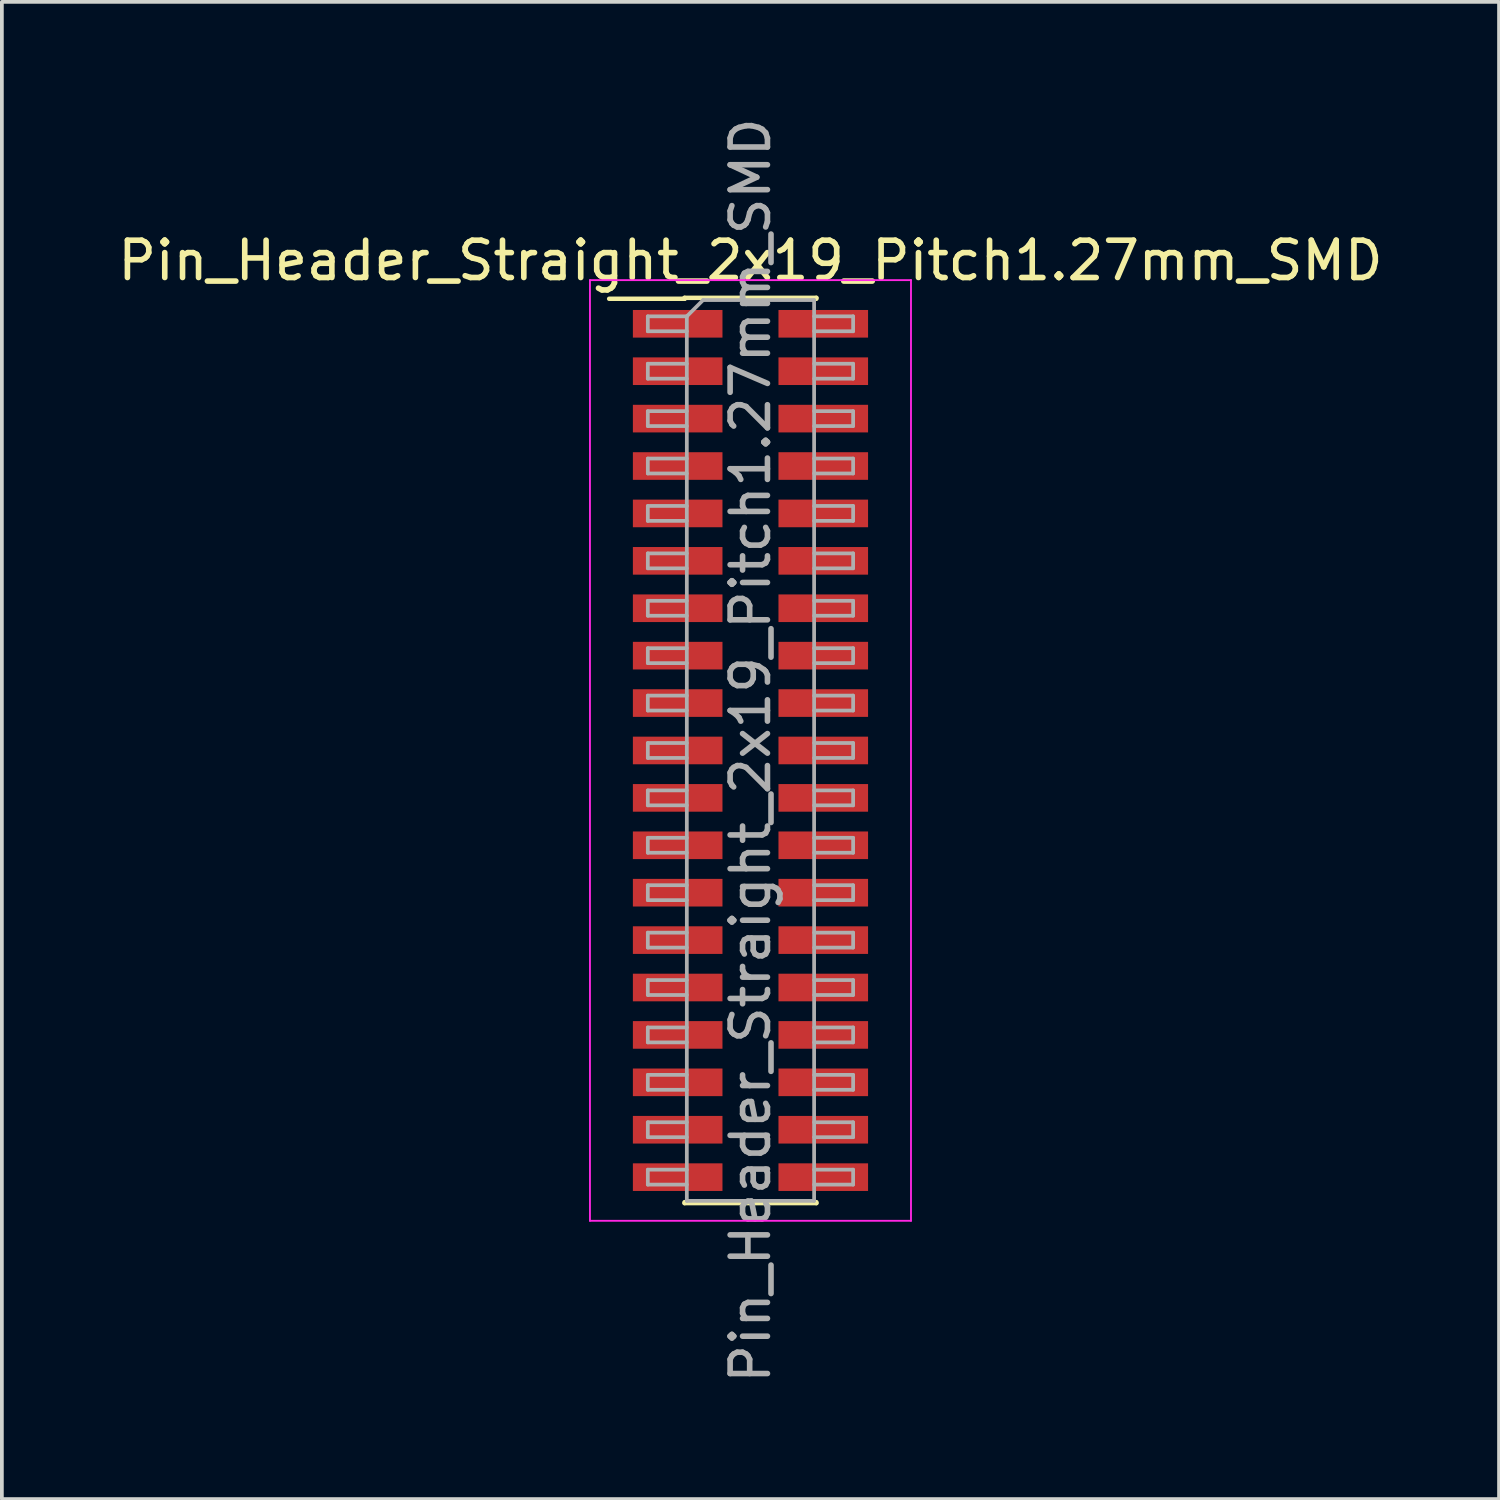
<source format=kicad_pcb>
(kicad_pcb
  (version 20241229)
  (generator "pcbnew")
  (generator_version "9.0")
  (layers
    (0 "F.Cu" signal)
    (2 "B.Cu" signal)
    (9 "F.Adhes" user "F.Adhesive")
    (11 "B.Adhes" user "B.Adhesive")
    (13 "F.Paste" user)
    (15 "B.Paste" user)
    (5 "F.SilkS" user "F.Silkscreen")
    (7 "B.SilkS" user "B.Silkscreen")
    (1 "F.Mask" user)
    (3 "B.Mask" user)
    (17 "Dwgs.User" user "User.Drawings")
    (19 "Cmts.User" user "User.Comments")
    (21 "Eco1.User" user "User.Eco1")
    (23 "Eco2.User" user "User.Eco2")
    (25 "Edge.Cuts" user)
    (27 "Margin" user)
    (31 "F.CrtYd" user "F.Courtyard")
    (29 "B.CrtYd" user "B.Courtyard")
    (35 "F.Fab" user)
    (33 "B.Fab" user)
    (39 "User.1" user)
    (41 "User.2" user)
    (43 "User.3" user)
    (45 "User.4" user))
  (footprint "Pin_Header_Straight_2x19_Pitch1.27mm_SMD"
    (layer "F.Cu")
    (at 17.054 17.054)
    (property "Reference" "Pin_Header_Straight_2x19_Pitch1.27mm_SMD" (at 0 -13.125 0) (layer "F.SilkS") (effects (font (size 1 1) (thickness 0.15))))
    (attr smd)
    (fp_line (start -3.785 -12.1) (end -1.765 -12.1) (stroke (width 0.12) (type solid)) (layer "F.SilkS"))
    (fp_line (start -1.765 -12.125) (end 1.765 -12.125) (stroke (width 0.12) (type solid)) (layer "F.SilkS"))
    (fp_line (start -1.765 -12.1) (end -1.765 -12.125) (stroke (width 0.12) (type solid)) (layer "F.SilkS"))
    (fp_line (start -1.765 12.1) (end -1.765 12.125) (stroke (width 0.12) (type solid)) (layer "F.SilkS"))
    (fp_line (start -1.765 12.125) (end 1.765 12.125) (stroke (width 0.12) (type solid)) (layer "F.SilkS"))
    (fp_line (start 1.765 -12.125) (end 1.765 -12.1) (stroke (width 0.12) (type solid)) (layer "F.SilkS"))
    (fp_line (start 1.765 12.125) (end 1.765 12.1) (stroke (width 0.12) (type solid)) (layer "F.SilkS"))
    (fp_line (start -4.3 -12.6) (end -4.3 12.6) (stroke (width 0.05) (type solid)) (layer "F.CrtYd"))
    (fp_line (start -4.3 12.6) (end 4.3 12.6) (stroke (width 0.05) (type solid)) (layer "F.CrtYd"))
    (fp_line (start 4.3 -12.6) (end -4.3 -12.6) (stroke (width 0.05) (type solid)) (layer "F.CrtYd"))
    (fp_line (start 4.3 12.6) (end 4.3 -12.6) (stroke (width 0.05) (type solid)) (layer "F.CrtYd"))
    (fp_line (start -2.75 -11.63) (end -2.75 -11.23) (stroke (width 0.1) (type solid)) (layer "F.Fab"))
    (fp_line (start -2.75 -11.23) (end -1.705 -11.23) (stroke (width 0.1) (type solid)) (layer "F.Fab"))
    (fp_line (start -2.75 -10.36) (end -2.75 -9.96) (stroke (width 0.1) (type solid)) (layer "F.Fab"))
    (fp_line (start -2.75 -9.96) (end -1.705 -9.96) (stroke (width 0.1) (type solid)) (layer "F.Fab"))
    (fp_line (start -2.75 -9.09) (end -2.75 -8.69) (stroke (width 0.1) (type solid)) (layer "F.Fab"))
    (fp_line (start -2.75 -8.69) (end -1.705 -8.69) (stroke (width 0.1) (type solid)) (layer "F.Fab"))
    (fp_line (start -2.75 -7.82) (end -2.75 -7.42) (stroke (width 0.1) (type solid)) (layer "F.Fab"))
    (fp_line (start -2.75 -7.42) (end -1.705 -7.42) (stroke (width 0.1) (type solid)) (layer "F.Fab"))
    (fp_line (start -2.75 -6.55) (end -2.75 -6.15) (stroke (width 0.1) (type solid)) (layer "F.Fab"))
    (fp_line (start -2.75 -6.15) (end -1.705 -6.15) (stroke (width 0.1) (type solid)) (layer "F.Fab"))
    (fp_line (start -2.75 -5.28) (end -2.75 -4.88) (stroke (width 0.1) (type solid)) (layer "F.Fab"))
    (fp_line (start -2.75 -4.88) (end -1.705 -4.88) (stroke (width 0.1) (type solid)) (layer "F.Fab"))
    (fp_line (start -2.75 -4.01) (end -2.75 -3.61) (stroke (width 0.1) (type solid)) (layer "F.Fab"))
    (fp_line (start -2.75 -3.61) (end -1.705 -3.61) (stroke (width 0.1) (type solid)) (layer "F.Fab"))
    (fp_line (start -2.75 -2.74) (end -2.75 -2.34) (stroke (width 0.1) (type solid)) (layer "F.Fab"))
    (fp_line (start -2.75 -2.34) (end -1.705 -2.34) (stroke (width 0.1) (type solid)) (layer "F.Fab"))
    (fp_line (start -2.75 -1.47) (end -2.75 -1.07) (stroke (width 0.1) (type solid)) (layer "F.Fab"))
    (fp_line (start -2.75 -1.07) (end -1.705 -1.07) (stroke (width 0.1) (type solid)) (layer "F.Fab"))
    (fp_line (start -2.75 -0.2) (end -2.75 0.2) (stroke (width 0.1) (type solid)) (layer "F.Fab"))
    (fp_line (start -2.75 0.2) (end -1.705 0.2) (stroke (width 0.1) (type solid)) (layer "F.Fab"))
    (fp_line (start -2.75 1.07) (end -2.75 1.47) (stroke (width 0.1) (type solid)) (layer "F.Fab"))
    (fp_line (start -2.75 1.47) (end -1.705 1.47) (stroke (width 0.1) (type solid)) (layer "F.Fab"))
    (fp_line (start -2.75 2.34) (end -2.75 2.74) (stroke (width 0.1) (type solid)) (layer "F.Fab"))
    (fp_line (start -2.75 2.74) (end -1.705 2.74) (stroke (width 0.1) (type solid)) (layer "F.Fab"))
    (fp_line (start -2.75 3.61) (end -2.75 4.01) (stroke (width 0.1) (type solid)) (layer "F.Fab"))
    (fp_line (start -2.75 4.01) (end -1.705 4.01) (stroke (width 0.1) (type solid)) (layer "F.Fab"))
    (fp_line (start -2.75 4.88) (end -2.75 5.28) (stroke (width 0.1) (type solid)) (layer "F.Fab"))
    (fp_line (start -2.75 5.28) (end -1.705 5.28) (stroke (width 0.1) (type solid)) (layer "F.Fab"))
    (fp_line (start -2.75 6.15) (end -2.75 6.55) (stroke (width 0.1) (type solid)) (layer "F.Fab"))
    (fp_line (start -2.75 6.55) (end -1.705 6.55) (stroke (width 0.1) (type solid)) (layer "F.Fab"))
    (fp_line (start -2.75 7.42) (end -2.75 7.82) (stroke (width 0.1) (type solid)) (layer "F.Fab"))
    (fp_line (start -2.75 7.82) (end -1.705 7.82) (stroke (width 0.1) (type solid)) (layer "F.Fab"))
    (fp_line (start -2.75 8.69) (end -2.75 9.09) (stroke (width 0.1) (type solid)) (layer "F.Fab"))
    (fp_line (start -2.75 9.09) (end -1.705 9.09) (stroke (width 0.1) (type solid)) (layer "F.Fab"))
    (fp_line (start -2.75 9.96) (end -2.75 10.36) (stroke (width 0.1) (type solid)) (layer "F.Fab"))
    (fp_line (start -2.75 10.36) (end -1.705 10.36) (stroke (width 0.1) (type solid)) (layer "F.Fab"))
    (fp_line (start -2.75 11.23) (end -2.75 11.63) (stroke (width 0.1) (type solid)) (layer "F.Fab"))
    (fp_line (start -2.75 11.63) (end -1.705 11.63) (stroke (width 0.1) (type solid)) (layer "F.Fab"))
    (fp_line (start -1.705 -11.63) (end -2.75 -11.63) (stroke (width 0.1) (type solid)) (layer "F.Fab"))
    (fp_line (start -1.705 -11.63) (end -1.27 -12.065) (stroke (width 0.1) (type solid)) (layer "F.Fab"))
    (fp_line (start -1.705 -10.36) (end -2.75 -10.36) (stroke (width 0.1) (type solid)) (layer "F.Fab"))
    (fp_line (start -1.705 -9.09) (end -2.75 -9.09) (stroke (width 0.1) (type solid)) (layer "F.Fab"))
    (fp_line (start -1.705 -7.82) (end -2.75 -7.82) (stroke (width 0.1) (type solid)) (layer "F.Fab"))
    (fp_line (start -1.705 -6.55) (end -2.75 -6.55) (stroke (width 0.1) (type solid)) (layer "F.Fab"))
    (fp_line (start -1.705 -5.28) (end -2.75 -5.28) (stroke (width 0.1) (type solid)) (layer "F.Fab"))
    (fp_line (start -1.705 -4.01) (end -2.75 -4.01) (stroke (width 0.1) (type solid)) (layer "F.Fab"))
    (fp_line (start -1.705 -2.74) (end -2.75 -2.74) (stroke (width 0.1) (type solid)) (layer "F.Fab"))
    (fp_line (start -1.705 -1.47) (end -2.75 -1.47) (stroke (width 0.1) (type solid)) (layer "F.Fab"))
    (fp_line (start -1.705 -0.2) (end -2.75 -0.2) (stroke (width 0.1) (type solid)) (layer "F.Fab"))
    (fp_line (start -1.705 1.07) (end -2.75 1.07) (stroke (width 0.1) (type solid)) (layer "F.Fab"))
    (fp_line (start -1.705 2.34) (end -2.75 2.34) (stroke (width 0.1) (type solid)) (layer "F.Fab"))
    (fp_line (start -1.705 3.61) (end -2.75 3.61) (stroke (width 0.1) (type solid)) (layer "F.Fab"))
    (fp_line (start -1.705 4.88) (end -2.75 4.88) (stroke (width 0.1) (type solid)) (layer "F.Fab"))
    (fp_line (start -1.705 6.15) (end -2.75 6.15) (stroke (width 0.1) (type solid)) (layer "F.Fab"))
    (fp_line (start -1.705 7.42) (end -2.75 7.42) (stroke (width 0.1) (type solid)) (layer "F.Fab"))
    (fp_line (start -1.705 8.69) (end -2.75 8.69) (stroke (width 0.1) (type solid)) (layer "F.Fab"))
    (fp_line (start -1.705 9.96) (end -2.75 9.96) (stroke (width 0.1) (type solid)) (layer "F.Fab"))
    (fp_line (start -1.705 11.23) (end -2.75 11.23) (stroke (width 0.1) (type solid)) (layer "F.Fab"))
    (fp_line (start -1.705 12.065) (end -1.705 -11.63) (stroke (width 0.1) (type solid)) (layer "F.Fab"))
    (fp_line (start -1.27 -12.065) (end 1.705 -12.065) (stroke (width 0.1) (type solid)) (layer "F.Fab"))
    (fp_line (start 1.705 -12.065) (end 1.705 12.065) (stroke (width 0.1) (type solid)) (layer "F.Fab"))
    (fp_line (start 1.705 -11.63) (end 2.75 -11.63) (stroke (width 0.1) (type solid)) (layer "F.Fab"))
    (fp_line (start 1.705 -10.36) (end 2.75 -10.36) (stroke (width 0.1) (type solid)) (layer "F.Fab"))
    (fp_line (start 1.705 -9.09) (end 2.75 -9.09) (stroke (width 0.1) (type solid)) (layer "F.Fab"))
    (fp_line (start 1.705 -7.82) (end 2.75 -7.82) (stroke (width 0.1) (type solid)) (layer "F.Fab"))
    (fp_line (start 1.705 -6.55) (end 2.75 -6.55) (stroke (width 0.1) (type solid)) (layer "F.Fab"))
    (fp_line (start 1.705 -5.28) (end 2.75 -5.28) (stroke (width 0.1) (type solid)) (layer "F.Fab"))
    (fp_line (start 1.705 -4.01) (end 2.75 -4.01) (stroke (width 0.1) (type solid)) (layer "F.Fab"))
    (fp_line (start 1.705 -2.74) (end 2.75 -2.74) (stroke (width 0.1) (type solid)) (layer "F.Fab"))
    (fp_line (start 1.705 -1.47) (end 2.75 -1.47) (stroke (width 0.1) (type solid)) (layer "F.Fab"))
    (fp_line (start 1.705 -0.2) (end 2.75 -0.2) (stroke (width 0.1) (type solid)) (layer "F.Fab"))
    (fp_line (start 1.705 1.07) (end 2.75 1.07) (stroke (width 0.1) (type solid)) (layer "F.Fab"))
    (fp_line (start 1.705 2.34) (end 2.75 2.34) (stroke (width 0.1) (type solid)) (layer "F.Fab"))
    (fp_line (start 1.705 3.61) (end 2.75 3.61) (stroke (width 0.1) (type solid)) (layer "F.Fab"))
    (fp_line (start 1.705 4.88) (end 2.75 4.88) (stroke (width 0.1) (type solid)) (layer "F.Fab"))
    (fp_line (start 1.705 6.15) (end 2.75 6.15) (stroke (width 0.1) (type solid)) (layer "F.Fab"))
    (fp_line (start 1.705 7.42) (end 2.75 7.42) (stroke (width 0.1) (type solid)) (layer "F.Fab"))
    (fp_line (start 1.705 8.69) (end 2.75 8.69) (stroke (width 0.1) (type solid)) (layer "F.Fab"))
    (fp_line (start 1.705 9.96) (end 2.75 9.96) (stroke (width 0.1) (type solid)) (layer "F.Fab"))
    (fp_line (start 1.705 11.23) (end 2.75 11.23) (stroke (width 0.1) (type solid)) (layer "F.Fab"))
    (fp_line (start 1.705 12.065) (end -1.705 12.065) (stroke (width 0.1) (type solid)) (layer "F.Fab"))
    (fp_line (start 2.75 -11.63) (end 2.75 -11.23) (stroke (width 0.1) (type solid)) (layer "F.Fab"))
    (fp_line (start 2.75 -11.23) (end 1.705 -11.23) (stroke (width 0.1) (type solid)) (layer "F.Fab"))
    (fp_line (start 2.75 -10.36) (end 2.75 -9.96) (stroke (width 0.1) (type solid)) (layer "F.Fab"))
    (fp_line (start 2.75 -9.96) (end 1.705 -9.96) (stroke (width 0.1) (type solid)) (layer "F.Fab"))
    (fp_line (start 2.75 -9.09) (end 2.75 -8.69) (stroke (width 0.1) (type solid)) (layer "F.Fab"))
    (fp_line (start 2.75 -8.69) (end 1.705 -8.69) (stroke (width 0.1) (type solid)) (layer "F.Fab"))
    (fp_line (start 2.75 -7.82) (end 2.75 -7.42) (stroke (width 0.1) (type solid)) (layer "F.Fab"))
    (fp_line (start 2.75 -7.42) (end 1.705 -7.42) (stroke (width 0.1) (type solid)) (layer "F.Fab"))
    (fp_line (start 2.75 -6.55) (end 2.75 -6.15) (stroke (width 0.1) (type solid)) (layer "F.Fab"))
    (fp_line (start 2.75 -6.15) (end 1.705 -6.15) (stroke (width 0.1) (type solid)) (layer "F.Fab"))
    (fp_line (start 2.75 -5.28) (end 2.75 -4.88) (stroke (width 0.1) (type solid)) (layer "F.Fab"))
    (fp_line (start 2.75 -4.88) (end 1.705 -4.88) (stroke (width 0.1) (type solid)) (layer "F.Fab"))
    (fp_line (start 2.75 -4.01) (end 2.75 -3.61) (stroke (width 0.1) (type solid)) (layer "F.Fab"))
    (fp_line (start 2.75 -3.61) (end 1.705 -3.61) (stroke (width 0.1) (type solid)) (layer "F.Fab"))
    (fp_line (start 2.75 -2.74) (end 2.75 -2.34) (stroke (width 0.1) (type solid)) (layer "F.Fab"))
    (fp_line (start 2.75 -2.34) (end 1.705 -2.34) (stroke (width 0.1) (type solid)) (layer "F.Fab"))
    (fp_line (start 2.75 -1.47) (end 2.75 -1.07) (stroke (width 0.1) (type solid)) (layer "F.Fab"))
    (fp_line (start 2.75 -1.07) (end 1.705 -1.07) (stroke (width 0.1) (type solid)) (layer "F.Fab"))
    (fp_line (start 2.75 -0.2) (end 2.75 0.2) (stroke (width 0.1) (type solid)) (layer "F.Fab"))
    (fp_line (start 2.75 0.2) (end 1.705 0.2) (stroke (width 0.1) (type solid)) (layer "F.Fab"))
    (fp_line (start 2.75 1.07) (end 2.75 1.47) (stroke (width 0.1) (type solid)) (layer "F.Fab"))
    (fp_line (start 2.75 1.47) (end 1.705 1.47) (stroke (width 0.1) (type solid)) (layer "F.Fab"))
    (fp_line (start 2.75 2.34) (end 2.75 2.74) (stroke (width 0.1) (type solid)) (layer "F.Fab"))
    (fp_line (start 2.75 2.74) (end 1.705 2.74) (stroke (width 0.1) (type solid)) (layer "F.Fab"))
    (fp_line (start 2.75 3.61) (end 2.75 4.01) (stroke (width 0.1) (type solid)) (layer "F.Fab"))
    (fp_line (start 2.75 4.01) (end 1.705 4.01) (stroke (width 0.1) (type solid)) (layer "F.Fab"))
    (fp_line (start 2.75 4.88) (end 2.75 5.28) (stroke (width 0.1) (type solid)) (layer "F.Fab"))
    (fp_line (start 2.75 5.28) (end 1.705 5.28) (stroke (width 0.1) (type solid)) (layer "F.Fab"))
    (fp_line (start 2.75 6.15) (end 2.75 6.55) (stroke (width 0.1) (type solid)) (layer "F.Fab"))
    (fp_line (start 2.75 6.55) (end 1.705 6.55) (stroke (width 0.1) (type solid)) (layer "F.Fab"))
    (fp_line (start 2.75 7.42) (end 2.75 7.82) (stroke (width 0.1) (type solid)) (layer "F.Fab"))
    (fp_line (start 2.75 7.82) (end 1.705 7.82) (stroke (width 0.1) (type solid)) (layer "F.Fab"))
    (fp_line (start 2.75 8.69) (end 2.75 9.09) (stroke (width 0.1) (type solid)) (layer "F.Fab"))
    (fp_line (start 2.75 9.09) (end 1.705 9.09) (stroke (width 0.1) (type solid)) (layer "F.Fab"))
    (fp_line (start 2.75 9.96) (end 2.75 10.36) (stroke (width 0.1) (type solid)) (layer "F.Fab"))
    (fp_line (start 2.75 10.36) (end 1.705 10.36) (stroke (width 0.1) (type solid)) (layer "F.Fab"))
    (fp_line (start 2.75 11.23) (end 2.75 11.63) (stroke (width 0.1) (type solid)) (layer "F.Fab"))
    (fp_line (start 2.75 11.63) (end 1.705 11.63) (stroke (width 0.1) (type solid)) (layer "F.Fab"))
    (fp_text user "${REFERENCE}" (at 0 0 90) (layer "F.Fab") (effects (font (size 1 1) (thickness 0.15))))
    (pad "1" smd rect (at -1.95 -11.43) (size 2.4 0.74) (layers "F.Cu" "F.Mask" "F.Paste"))
    (pad "2" smd rect (at 1.95 -11.43) (size 2.4 0.74) (layers "F.Cu" "F.Mask" "F.Paste"))
    (pad "3" smd rect (at -1.95 -10.16) (size 2.4 0.74) (layers "F.Cu" "F.Mask" "F.Paste"))
    (pad "4" smd rect (at 1.95 -10.16) (size 2.4 0.74) (layers "F.Cu" "F.Mask" "F.Paste"))
    (pad "5" smd rect (at -1.95 -8.89) (size 2.4 0.74) (layers "F.Cu" "F.Mask" "F.Paste"))
    (pad "6" smd rect (at 1.95 -8.89) (size 2.4 0.74) (layers "F.Cu" "F.Mask" "F.Paste"))
    (pad "7" smd rect (at -1.95 -7.62) (size 2.4 0.74) (layers "F.Cu" "F.Mask" "F.Paste"))
    (pad "8" smd rect (at 1.95 -7.62) (size 2.4 0.74) (layers "F.Cu" "F.Mask" "F.Paste"))
    (pad "9" smd rect (at -1.95 -6.35) (size 2.4 0.74) (layers "F.Cu" "F.Mask" "F.Paste"))
    (pad "10" smd rect (at 1.95 -6.35) (size 2.4 0.74) (layers "F.Cu" "F.Mask" "F.Paste"))
    (pad "11" smd rect (at -1.95 -5.08) (size 2.4 0.74) (layers "F.Cu" "F.Mask" "F.Paste"))
    (pad "12" smd rect (at 1.95 -5.08) (size 2.4 0.74) (layers "F.Cu" "F.Mask" "F.Paste"))
    (pad "13" smd rect (at -1.95 -3.81) (size 2.4 0.74) (layers "F.Cu" "F.Mask" "F.Paste"))
    (pad "14" smd rect (at 1.95 -3.81) (size 2.4 0.74) (layers "F.Cu" "F.Mask" "F.Paste"))
    (pad "15" smd rect (at -1.95 -2.54) (size 2.4 0.74) (layers "F.Cu" "F.Mask" "F.Paste"))
    (pad "16" smd rect (at 1.95 -2.54) (size 2.4 0.74) (layers "F.Cu" "F.Mask" "F.Paste"))
    (pad "17" smd rect (at -1.95 -1.27) (size 2.4 0.74) (layers "F.Cu" "F.Mask" "F.Paste"))
    (pad "18" smd rect (at 1.95 -1.27) (size 2.4 0.74) (layers "F.Cu" "F.Mask" "F.Paste"))
    (pad "19" smd rect (at -1.95 0) (size 2.4 0.74) (layers "F.Cu" "F.Mask" "F.Paste"))
    (pad "20" smd rect (at 1.95 0) (size 2.4 0.74) (layers "F.Cu" "F.Mask" "F.Paste"))
    (pad "21" smd rect (at -1.95 1.27) (size 2.4 0.74) (layers "F.Cu" "F.Mask" "F.Paste"))
    (pad "22" smd rect (at 1.95 1.27) (size 2.4 0.74) (layers "F.Cu" "F.Mask" "F.Paste"))
    (pad "23" smd rect (at -1.95 2.54) (size 2.4 0.74) (layers "F.Cu" "F.Mask" "F.Paste"))
    (pad "24" smd rect (at 1.95 2.54) (size 2.4 0.74) (layers "F.Cu" "F.Mask" "F.Paste"))
    (pad "25" smd rect (at -1.95 3.81) (size 2.4 0.74) (layers "F.Cu" "F.Mask" "F.Paste"))
    (pad "26" smd rect (at 1.95 3.81) (size 2.4 0.74) (layers "F.Cu" "F.Mask" "F.Paste"))
    (pad "27" smd rect (at -1.95 5.08) (size 2.4 0.74) (layers "F.Cu" "F.Mask" "F.Paste"))
    (pad "28" smd rect (at 1.95 5.08) (size 2.4 0.74) (layers "F.Cu" "F.Mask" "F.Paste"))
    (pad "29" smd rect (at -1.95 6.35) (size 2.4 0.74) (layers "F.Cu" "F.Mask" "F.Paste"))
    (pad "30" smd rect (at 1.95 6.35) (size 2.4 0.74) (layers "F.Cu" "F.Mask" "F.Paste"))
    (pad "31" smd rect (at -1.95 7.62) (size 2.4 0.74) (layers "F.Cu" "F.Mask" "F.Paste"))
    (pad "32" smd rect (at 1.95 7.62) (size 2.4 0.74) (layers "F.Cu" "F.Mask" "F.Paste"))
    (pad "33" smd rect (at -1.95 8.89) (size 2.4 0.74) (layers "F.Cu" "F.Mask" "F.Paste"))
    (pad "34" smd rect (at 1.95 8.89) (size 2.4 0.74) (layers "F.Cu" "F.Mask" "F.Paste"))
    (pad "35" smd rect (at -1.95 10.16) (size 2.4 0.74) (layers "F.Cu" "F.Mask" "F.Paste"))
    (pad "36" smd rect (at 1.95 10.16) (size 2.4 0.74) (layers "F.Cu" "F.Mask" "F.Paste"))
    (pad "37" smd rect (at -1.95 11.43) (size 2.4 0.74) (layers "F.Cu" "F.Mask" "F.Paste"))
    (pad "38" smd rect (at 1.95 11.43) (size 2.4 0.74) (layers "F.Cu" "F.Mask" "F.Paste")))
  (gr_rect
    (start -3 -3)
    (end 37.107 37.107)
    (stroke (width 0.1) (type default))
    (fill no)
    (layer "Edge.Cuts")))
</source>
